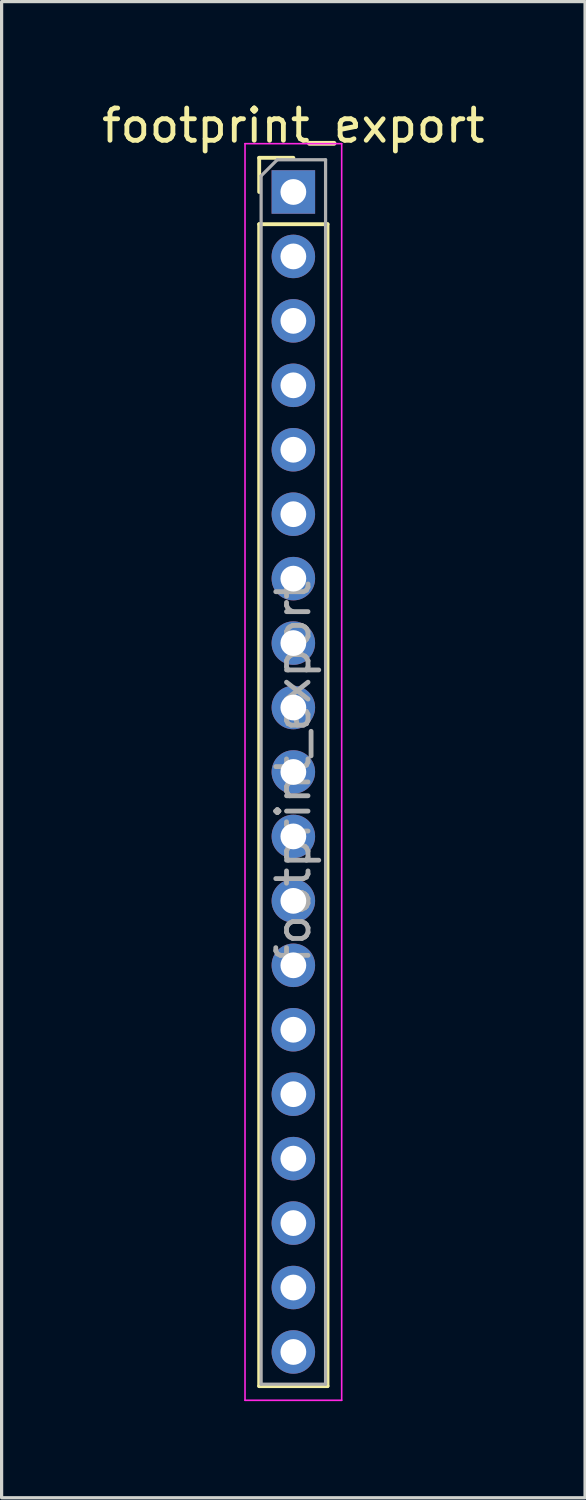
<source format=kicad_pcb>
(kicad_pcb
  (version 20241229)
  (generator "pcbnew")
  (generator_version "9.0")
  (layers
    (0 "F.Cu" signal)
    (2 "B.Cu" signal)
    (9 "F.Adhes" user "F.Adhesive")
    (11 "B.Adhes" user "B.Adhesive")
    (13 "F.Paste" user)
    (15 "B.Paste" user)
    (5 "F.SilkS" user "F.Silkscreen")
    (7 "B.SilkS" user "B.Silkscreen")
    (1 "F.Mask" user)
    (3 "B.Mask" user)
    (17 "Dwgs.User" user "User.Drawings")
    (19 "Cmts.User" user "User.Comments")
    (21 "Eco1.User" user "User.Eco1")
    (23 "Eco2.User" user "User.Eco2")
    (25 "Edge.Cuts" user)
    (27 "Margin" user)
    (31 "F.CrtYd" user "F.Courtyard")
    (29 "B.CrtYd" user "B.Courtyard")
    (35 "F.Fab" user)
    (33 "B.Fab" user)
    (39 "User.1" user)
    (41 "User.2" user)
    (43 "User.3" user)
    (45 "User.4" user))
  (footprint "footprint_export"
    (layer "F.Cu")
    (at 6.054 2.908)
    (property "Reference" "footprint_export" (at 0 -2.06 0) (layer "F.SilkS") (effects (font (size 1 1) (thickness 0.15))))
    (attr through_hole)
    (fp_line (start -1.06 -1.06) (end 0 -1.06) (stroke (width 0.12) (type solid)) (layer "F.SilkS"))
    (fp_line (start -1.06 0) (end -1.06 -1.06) (stroke (width 0.12) (type solid)) (layer "F.SilkS"))
    (fp_line (start -1.06 1) (end -1.06 37.06) (stroke (width 0.12) (type solid)) (layer "F.SilkS"))
    (fp_line (start -1.06 1) (end 1.06 1) (stroke (width 0.12) (type solid)) (layer "F.SilkS"))
    (fp_line (start -1.06 37.06) (end 1.06 37.06) (stroke (width 0.12) (type solid)) (layer "F.SilkS"))
    (fp_line (start 1.06 1) (end 1.06 37.06) (stroke (width 0.12) (type solid)) (layer "F.SilkS"))
    (fp_line (start -1.5 -1.5) (end -1.5 37.5) (stroke (width 0.05) (type solid)) (layer "F.CrtYd"))
    (fp_line (start -1.5 37.5) (end 1.5 37.5) (stroke (width 0.05) (type solid)) (layer "F.CrtYd"))
    (fp_line (start 1.5 -1.5) (end -1.5 -1.5) (stroke (width 0.05) (type solid)) (layer "F.CrtYd"))
    (fp_line (start 1.5 37.5) (end 1.5 -1.5) (stroke (width 0.05) (type solid)) (layer "F.CrtYd"))
    (fp_line (start -1 -0.5) (end -0.5 -1) (stroke (width 0.1) (type solid)) (layer "F.Fab"))
    (fp_line (start -1 37) (end -1 -0.5) (stroke (width 0.1) (type solid)) (layer "F.Fab"))
    (fp_line (start -0.5 -1) (end 1 -1) (stroke (width 0.1) (type solid)) (layer "F.Fab"))
    (fp_line (start 1 -1) (end 1 37) (stroke (width 0.1) (type solid)) (layer "F.Fab"))
    (fp_line (start 1 37) (end -1 37) (stroke (width 0.1) (type solid)) (layer "F.Fab"))
    (fp_text user "${REFERENCE}" (at 0 18 90) (layer "F.Fab") (effects (font (size 1 1) (thickness 0.15))))
    (pad "1" thru_hole rect (at 0 0) (size 1.35 1.35) (drill 0.8) (layers "*.Cu" "*.Mask"))
    (pad "2" thru_hole oval (at 0 2) (size 1.35 1.35) (drill 0.8) (layers "*.Cu" "*.Mask"))
    (pad "3" thru_hole oval (at 0 4) (size 1.35 1.35) (drill 0.8) (layers "*.Cu" "*.Mask"))
    (pad "4" thru_hole oval (at 0 6) (size 1.35 1.35) (drill 0.8) (layers "*.Cu" "*.Mask"))
    (pad "5" thru_hole oval (at 0 8) (size 1.35 1.35) (drill 0.8) (layers "*.Cu" "*.Mask"))
    (pad "6" thru_hole oval (at 0 10) (size 1.35 1.35) (drill 0.8) (layers "*.Cu" "*.Mask"))
    (pad "7" thru_hole oval (at 0 12) (size 1.35 1.35) (drill 0.8) (layers "*.Cu" "*.Mask"))
    (pad "8" thru_hole oval (at 0 14) (size 1.35 1.35) (drill 0.8) (layers "*.Cu" "*.Mask"))
    (pad "9" thru_hole oval (at 0 16) (size 1.35 1.35) (drill 0.8) (layers "*.Cu" "*.Mask"))
    (pad "10" thru_hole oval (at 0 18) (size 1.35 1.35) (drill 0.8) (layers "*.Cu" "*.Mask"))
    (pad "11" thru_hole oval (at 0 20) (size 1.35 1.35) (drill 0.8) (layers "*.Cu" "*.Mask"))
    (pad "12" thru_hole oval (at 0 22) (size 1.35 1.35) (drill 0.8) (layers "*.Cu" "*.Mask"))
    (pad "13" thru_hole oval (at 0 24) (size 1.35 1.35) (drill 0.8) (layers "*.Cu" "*.Mask"))
    (pad "14" thru_hole oval (at 0 26) (size 1.35 1.35) (drill 0.8) (layers "*.Cu" "*.Mask"))
    (pad "15" thru_hole oval (at 0 28) (size 1.35 1.35) (drill 0.8) (layers "*.Cu" "*.Mask"))
    (pad "16" thru_hole oval (at 0 30) (size 1.35 1.35) (drill 0.8) (layers "*.Cu" "*.Mask"))
    (pad "17" thru_hole oval (at 0 32) (size 1.35 1.35) (drill 0.8) (layers "*.Cu" "*.Mask"))
    (pad "18" thru_hole oval (at 0 34) (size 1.35 1.35) (drill 0.8) (layers "*.Cu" "*.Mask"))
    (pad "19" thru_hole oval (at 0 36) (size 1.35 1.35) (drill 0.8) (layers "*.Cu" "*.Mask")))
  (gr_rect
    (start -3 -3)
    (end 15.107 43.433)
    (stroke (width 0.1) (type default))
    (fill no)
    (layer "Edge.Cuts")))
</source>
